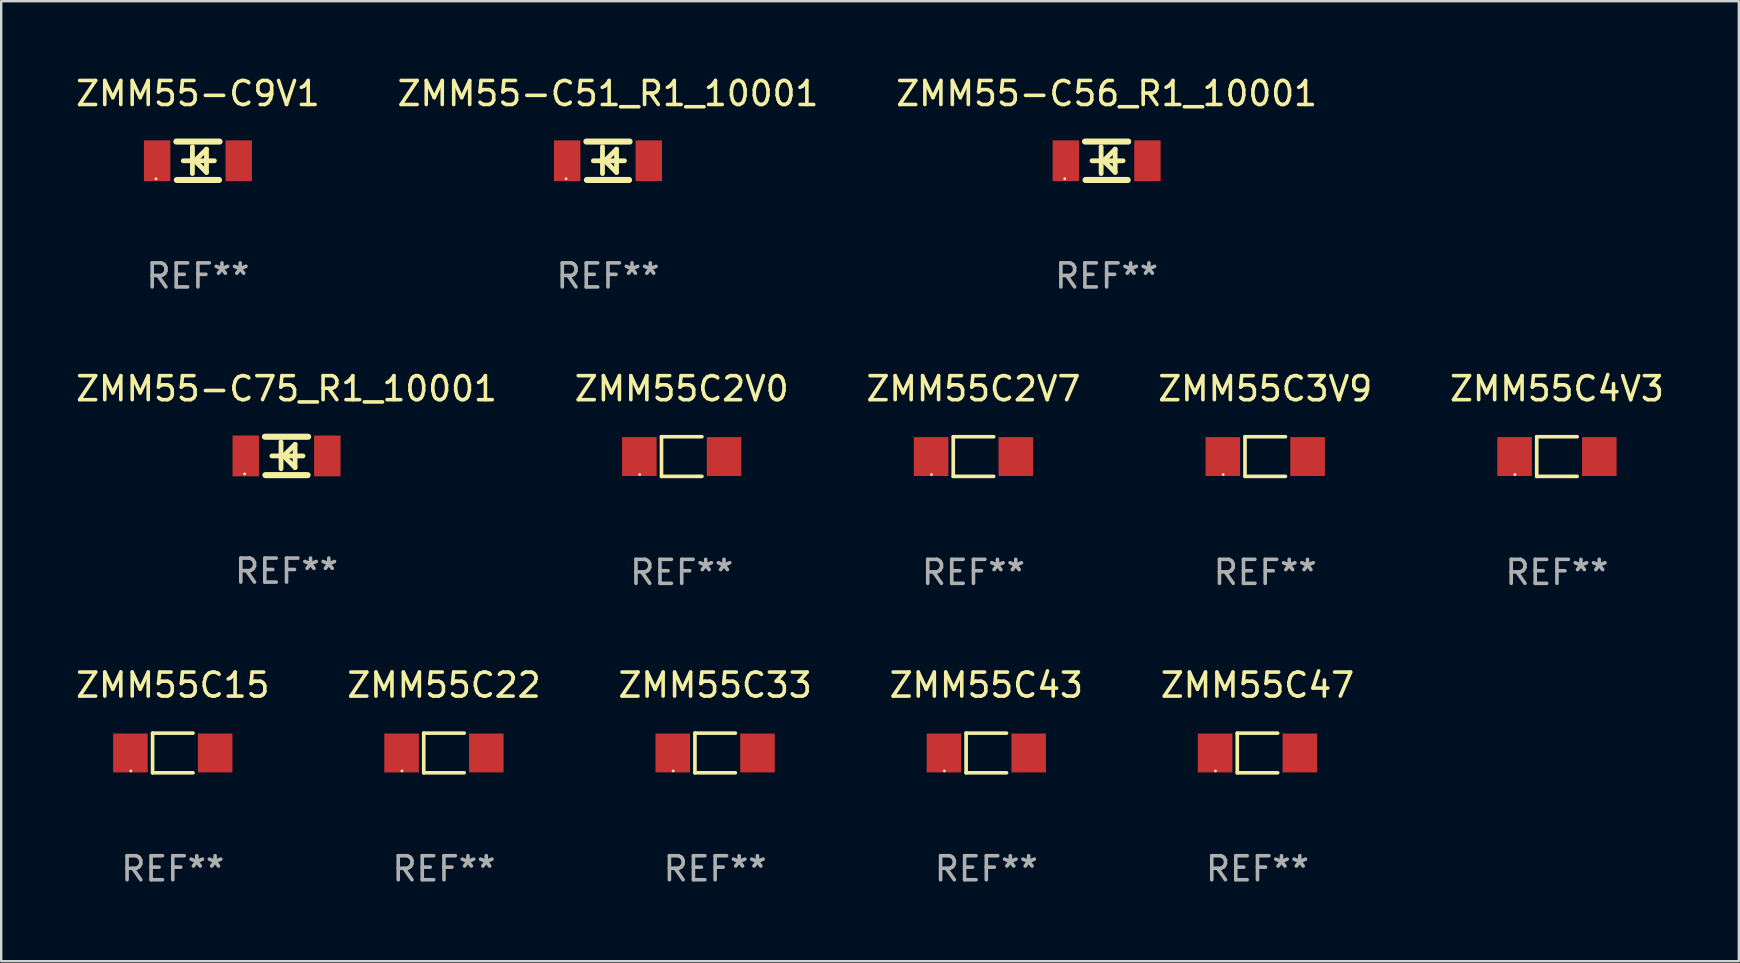
<source format=kicad_pcb>
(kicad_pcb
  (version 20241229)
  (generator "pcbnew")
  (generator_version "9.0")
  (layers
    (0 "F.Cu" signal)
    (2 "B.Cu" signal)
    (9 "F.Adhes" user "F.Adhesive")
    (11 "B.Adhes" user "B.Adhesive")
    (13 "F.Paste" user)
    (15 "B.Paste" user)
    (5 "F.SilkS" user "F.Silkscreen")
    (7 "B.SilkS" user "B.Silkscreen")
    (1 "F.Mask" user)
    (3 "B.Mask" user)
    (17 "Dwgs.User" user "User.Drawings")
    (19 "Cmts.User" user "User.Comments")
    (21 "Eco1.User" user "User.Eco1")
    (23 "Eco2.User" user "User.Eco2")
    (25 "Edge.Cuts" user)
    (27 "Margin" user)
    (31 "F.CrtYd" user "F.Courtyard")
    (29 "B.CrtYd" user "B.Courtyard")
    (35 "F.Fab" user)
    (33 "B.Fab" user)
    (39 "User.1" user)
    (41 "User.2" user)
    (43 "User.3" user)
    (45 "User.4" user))
  (footprint "ZMM55C15"
    (layer "F.Cu")
    (at 4.149 28.32)
    (property "Reference" "ZMM55C15" (at 0 -2.826 0) (layer "F.SilkS") (effects (font (size 1 1) (thickness 0.15))))
    (attr through_hole)
    (fp_line (start -0.842 -0.826) (end -0.842 0.826) (stroke (width 0.152) (type solid)) (layer "F.SilkS"))
    (fp_line (start -0.842 -0.826) (end 0.842 -0.826) (stroke (width 0.152) (type solid)) (layer "F.SilkS"))
    (fp_line (start -0.842 0.826) (end 0.842 0.826) (stroke (width 0.152) (type solid)) (layer "F.SilkS"))
    (fp_circle (center -1.75 0.75) (end -1.72 0.75) (stroke (width 0.06) (type solid)) (fill no) (layer "F.SilkS"))
    (fp_text user "REF**" (at 0 4.826 0) (layer "F.Fab") (effects (font (size 1 1) (thickness 0.15))))
    (pad "1" smd rect (at -1.765 0) (size 1.44 1.62) (layers "F.Cu" "F.Mask" "F.Paste"))
    (pad "2" smd rect (at 1.765 0) (size 1.44 1.62) (layers "F.Cu" "F.Mask" "F.Paste")))
  (footprint "ZMM55C47"
    (layer "F.Cu")
    (at 49.339 28.32)
    (property "Reference" "ZMM55C47" (at 0 -2.826 0) (layer "F.SilkS") (effects (font (size 1 1) (thickness 0.15))))
    (attr through_hole)
    (fp_line (start -0.842 -0.826) (end -0.842 0.826) (stroke (width 0.152) (type solid)) (layer "F.SilkS"))
    (fp_line (start -0.842 -0.826) (end 0.842 -0.826) (stroke (width 0.152) (type solid)) (layer "F.SilkS"))
    (fp_line (start -0.842 0.826) (end 0.842 0.826) (stroke (width 0.152) (type solid)) (layer "F.SilkS"))
    (fp_circle (center -1.75 0.75) (end -1.72 0.75) (stroke (width 0.06) (type solid)) (fill no) (layer "F.SilkS"))
    (fp_text user "REF**" (at 0 4.826 0) (layer "F.Fab") (effects (font (size 1 1) (thickness 0.15))))
    (pad "1" smd rect (at -1.765 0) (size 1.44 1.62) (layers "F.Cu" "F.Mask" "F.Paste"))
    (pad "2" smd rect (at 1.765 0) (size 1.44 1.62) (layers "F.Cu" "F.Mask" "F.Paste")))
  (footprint "ZMM55C33"
    (layer "F.Cu")
    (at 26.744 28.32)
    (property "Reference" "ZMM55C33" (at 0 -2.826 0) (layer "F.SilkS") (effects (font (size 1 1) (thickness 0.15))))
    (attr through_hole)
    (fp_line (start -0.842 -0.826) (end -0.842 0.826) (stroke (width 0.152) (type solid)) (layer "F.SilkS"))
    (fp_line (start -0.842 -0.826) (end 0.842 -0.826) (stroke (width 0.152) (type solid)) (layer "F.SilkS"))
    (fp_line (start -0.842 0.826) (end 0.842 0.826) (stroke (width 0.152) (type solid)) (layer "F.SilkS"))
    (fp_circle (center -1.75 0.75) (end -1.72 0.75) (stroke (width 0.06) (type solid)) (fill no) (layer "F.SilkS"))
    (fp_text user "REF**" (at 0 4.826 0) (layer "F.Fab") (effects (font (size 1 1) (thickness 0.15))))
    (pad "1" smd rect (at -1.765 0) (size 1.44 1.62) (layers "F.Cu" "F.Mask" "F.Paste"))
    (pad "2" smd rect (at 1.765 0) (size 1.44 1.62) (layers "F.Cu" "F.Mask" "F.Paste")))
  (footprint "ZMM55C22"
    (layer "F.Cu")
    (at 15.446 28.32)
    (property "Reference" "ZMM55C22" (at 0 -2.826 0) (layer "F.SilkS") (effects (font (size 1 1) (thickness 0.15))))
    (attr through_hole)
    (fp_line (start -0.842 -0.826) (end -0.842 0.826) (stroke (width 0.152) (type solid)) (layer "F.SilkS"))
    (fp_line (start -0.842 -0.826) (end 0.842 -0.826) (stroke (width 0.152) (type solid)) (layer "F.SilkS"))
    (fp_line (start -0.842 0.826) (end 0.842 0.826) (stroke (width 0.152) (type solid)) (layer "F.SilkS"))
    (fp_circle (center -1.75 0.75) (end -1.72 0.75) (stroke (width 0.06) (type solid)) (fill no) (layer "F.SilkS"))
    (fp_text user "REF**" (at 0 4.826 0) (layer "F.Fab") (effects (font (size 1 1) (thickness 0.15))))
    (pad "1" smd rect (at -1.765 0) (size 1.44 1.62) (layers "F.Cu" "F.Mask" "F.Paste"))
    (pad "2" smd rect (at 1.765 0) (size 1.44 1.62) (layers "F.Cu" "F.Mask" "F.Paste")))
  (footprint "ZMM55C2V7"
    (layer "F.Cu")
    (at 37.506 15.971)
    (property "Reference" "ZMM55C2V7" (at 0 -2.826 0) (layer "F.SilkS") (effects (font (size 1 1) (thickness 0.15))))
    (attr through_hole)
    (fp_line (start -0.842 -0.826) (end -0.842 0.826) (stroke (width 0.152) (type solid)) (layer "F.SilkS"))
    (fp_line (start -0.842 -0.826) (end 0.842 -0.826) (stroke (width 0.152) (type solid)) (layer "F.SilkS"))
    (fp_line (start -0.842 0.826) (end 0.842 0.826) (stroke (width 0.152) (type solid)) (layer "F.SilkS"))
    (fp_circle (center -1.75 0.75) (end -1.72 0.75) (stroke (width 0.06) (type solid)) (fill no) (layer "F.SilkS"))
    (fp_text user "REF**" (at 0 4.826 0) (layer "F.Fab") (effects (font (size 1 1) (thickness 0.15))))
    (pad "1" smd rect (at -1.765 0) (size 1.44 1.62) (layers "F.Cu" "F.Mask" "F.Paste"))
    (pad "2" smd rect (at 1.765 0) (size 1.44 1.62) (layers "F.Cu" "F.Mask" "F.Paste")))
  (footprint "ZMM55C4V3"
    (layer "F.Cu")
    (at 61.815 15.971)
    (property "Reference" "ZMM55C4V3" (at 0 -2.826 0) (layer "F.SilkS") (effects (font (size 1 1) (thickness 0.15))))
    (attr through_hole)
    (fp_line (start -0.842 -0.826) (end -0.842 0.826) (stroke (width 0.152) (type solid)) (layer "F.SilkS"))
    (fp_line (start -0.842 -0.826) (end 0.842 -0.826) (stroke (width 0.152) (type solid)) (layer "F.SilkS"))
    (fp_line (start -0.842 0.826) (end 0.842 0.826) (stroke (width 0.152) (type solid)) (layer "F.SilkS"))
    (fp_circle (center -1.75 0.75) (end -1.72 0.75) (stroke (width 0.06) (type solid)) (fill no) (layer "F.SilkS"))
    (fp_text user "REF**" (at 0 4.826 0) (layer "F.Fab") (effects (font (size 1 1) (thickness 0.15))))
    (pad "1" smd rect (at -1.765 0) (size 1.44 1.62) (layers "F.Cu" "F.Mask" "F.Paste"))
    (pad "2" smd rect (at 1.765 0) (size 1.44 1.62) (layers "F.Cu" "F.Mask" "F.Paste")))
  (footprint "ZMM55C43"
    (layer "F.Cu")
    (at 38.042 28.32)
    (property "Reference" "ZMM55C43" (at 0 -2.826 0) (layer "F.SilkS") (effects (font (size 1 1) (thickness 0.15))))
    (attr through_hole)
    (fp_line (start -0.842 -0.826) (end -0.842 0.826) (stroke (width 0.152) (type solid)) (layer "F.SilkS"))
    (fp_line (start -0.842 -0.826) (end 0.842 -0.826) (stroke (width 0.152) (type solid)) (layer "F.SilkS"))
    (fp_line (start -0.842 0.826) (end 0.842 0.826) (stroke (width 0.152) (type solid)) (layer "F.SilkS"))
    (fp_circle (center -1.75 0.75) (end -1.72 0.75) (stroke (width 0.06) (type solid)) (fill no) (layer "F.SilkS"))
    (fp_text user "REF**" (at 0 4.826 0) (layer "F.Fab") (effects (font (size 1 1) (thickness 0.15))))
    (pad "1" smd rect (at -1.765 0) (size 1.44 1.62) (layers "F.Cu" "F.Mask" "F.Paste"))
    (pad "2" smd rect (at 1.765 0) (size 1.44 1.62) (layers "F.Cu" "F.Mask" "F.Paste")))
  (footprint "ZMM55-C51_R1_10001"
    (layer "F.Cu")
    (at 22.28 3.648)
    (property "Reference" "ZMM55-C51_R1_10001" (at 0 -2.8 0) (layer "F.SilkS") (effects (font (size 1 1) (thickness 0.15))))
    (attr through_hole)
    (fp_line (start -0.9 -0.8) (end 0.9 -0.8) (stroke (width 0.254) (type solid)) (layer "F.SilkS"))
    (fp_line (start -0.878 0.8) (end 0.878 0.8) (stroke (width 0.254) (type solid)) (layer "F.SilkS"))
    (fp_line (start -0.61 0) (end 0.686 0) (stroke (width 0.2) (type solid)) (layer "F.SilkS"))
    (fp_line (start -0.229 -0.584) (end -0.229 0.533) (stroke (width 0.2) (type solid)) (layer "F.SilkS"))
    (fp_line (start -0.127 0) (end 0.356 -0.483) (stroke (width 0.2) (type solid)) (layer "F.SilkS"))
    (fp_line (start 0.356 -0.483) (end 0.356 0.483) (stroke (width 0.2) (type solid)) (layer "F.SilkS"))
    (fp_line (start 0.356 0.483) (end -0.102 0.025) (stroke (width 0.2) (type solid)) (layer "F.SilkS"))
    (fp_circle (center -1.746 0.75) (end -1.716 0.75) (stroke (width 0.06) (type solid)) (fill no) (layer "F.SilkS"))
    (fp_text user "REF**" (at 0 4.8 0) (layer "F.Fab") (effects (font (size 1 1) (thickness 0.15))))
    (pad "1" smd rect (at -1.7 0 180) (size 1.1 1.7) (layers "F.Cu" "F.Mask" "F.Paste"))
    (pad "2" smd rect (at 1.7 0 180) (size 1.1 1.7) (layers "F.Cu" "F.Mask" "F.Paste")))
  (footprint "ZMM55C2V0"
    (layer "F.Cu")
    (at 25.351 15.971)
    (property "Reference" "ZMM55C2V0" (at 0 -2.826 0) (layer "F.SilkS") (effects (font (size 1 1) (thickness 0.15))))
    (attr through_hole)
    (fp_line (start -0.842 -0.826) (end -0.842 0.826) (stroke (width 0.152) (type solid)) (layer "F.SilkS"))
    (fp_line (start -0.842 -0.826) (end 0.842 -0.826) (stroke (width 0.152) (type solid)) (layer "F.SilkS"))
    (fp_line (start -0.842 0.826) (end 0.842 0.826) (stroke (width 0.152) (type solid)) (layer "F.SilkS"))
    (fp_circle (center -1.75 0.75) (end -1.72 0.75) (stroke (width 0.06) (type solid)) (fill no) (layer "F.SilkS"))
    (fp_text user "REF**" (at 0 4.826 0) (layer "F.Fab") (effects (font (size 1 1) (thickness 0.15))))
    (pad "1" smd rect (at -1.765 0) (size 1.44 1.62) (layers "F.Cu" "F.Mask" "F.Paste"))
    (pad "2" smd rect (at 1.765 0) (size 1.44 1.62) (layers "F.Cu" "F.Mask" "F.Paste")))
  (footprint "ZMM55-C56_R1_10001"
    (layer "F.Cu")
    (at 43.054 3.648)
    (property "Reference" "ZMM55-C56_R1_10001" (at 0 -2.8 0) (layer "F.SilkS") (effects (font (size 1 1) (thickness 0.15))))
    (attr through_hole)
    (fp_line (start -0.9 -0.8) (end 0.9 -0.8) (stroke (width 0.254) (type solid)) (layer "F.SilkS"))
    (fp_line (start -0.878 0.8) (end 0.878 0.8) (stroke (width 0.254) (type solid)) (layer "F.SilkS"))
    (fp_line (start -0.61 0) (end 0.686 0) (stroke (width 0.2) (type solid)) (layer "F.SilkS"))
    (fp_line (start -0.229 -0.584) (end -0.229 0.533) (stroke (width 0.2) (type solid)) (layer "F.SilkS"))
    (fp_line (start -0.127 0) (end 0.356 -0.483) (stroke (width 0.2) (type solid)) (layer "F.SilkS"))
    (fp_line (start 0.356 -0.483) (end 0.356 0.483) (stroke (width 0.2) (type solid)) (layer "F.SilkS"))
    (fp_line (start 0.356 0.483) (end -0.102 0.025) (stroke (width 0.2) (type solid)) (layer "F.SilkS"))
    (fp_circle (center -1.746 0.75) (end -1.716 0.75) (stroke (width 0.06) (type solid)) (fill no) (layer "F.SilkS"))
    (fp_text user "REF**" (at 0 4.8 0) (layer "F.Fab") (effects (font (size 1 1) (thickness 0.15))))
    (pad "1" smd rect (at -1.7 0 180) (size 1.1 1.7) (layers "F.Cu" "F.Mask" "F.Paste"))
    (pad "2" smd rect (at 1.7 0 180) (size 1.1 1.7) (layers "F.Cu" "F.Mask" "F.Paste")))
  (footprint "ZMM55-C9V1"
    (layer "F.Cu")
    (at 5.196 3.648)
    (property "Reference" "ZMM55-C9V1" (at 0 -2.8 0) (layer "F.SilkS") (effects (font (size 1 1) (thickness 0.15))))
    (attr through_hole)
    (fp_line (start -0.9 -0.8) (end 0.9 -0.8) (stroke (width 0.254) (type solid)) (layer "F.SilkS"))
    (fp_line (start -0.878 0.8) (end 0.878 0.8) (stroke (width 0.254) (type solid)) (layer "F.SilkS"))
    (fp_line (start -0.61 0) (end 0.686 0) (stroke (width 0.2) (type solid)) (layer "F.SilkS"))
    (fp_line (start -0.229 -0.584) (end -0.229 0.533) (stroke (width 0.2) (type solid)) (layer "F.SilkS"))
    (fp_line (start -0.127 0) (end 0.356 -0.483) (stroke (width 0.2) (type solid)) (layer "F.SilkS"))
    (fp_line (start 0.356 -0.483) (end 0.356 0.483) (stroke (width 0.2) (type solid)) (layer "F.SilkS"))
    (fp_line (start 0.356 0.483) (end -0.102 0.025) (stroke (width 0.2) (type solid)) (layer "F.SilkS"))
    (fp_circle (center -1.746 0.75) (end -1.716 0.75) (stroke (width 0.06) (type solid)) (fill no) (layer "F.SilkS"))
    (fp_text user "REF**" (at 0 4.8 0) (layer "F.Fab") (effects (font (size 1 1) (thickness 0.15))))
    (pad "1" smd rect (at -1.7 0 180) (size 1.1 1.7) (layers "F.Cu" "F.Mask" "F.Paste"))
    (pad "2" smd rect (at 1.7 0 180) (size 1.1 1.7) (layers "F.Cu" "F.Mask" "F.Paste")))
  (footprint "ZMM55C3V9"
    (layer "F.Cu")
    (at 49.661 15.971)
    (property "Reference" "ZMM55C3V9" (at 0 -2.826 0) (layer "F.SilkS") (effects (font (size 1 1) (thickness 0.15))))
    (attr through_hole)
    (fp_line (start -0.842 -0.826) (end -0.842 0.826) (stroke (width 0.152) (type solid)) (layer "F.SilkS"))
    (fp_line (start -0.842 -0.826) (end 0.842 -0.826) (stroke (width 0.152) (type solid)) (layer "F.SilkS"))
    (fp_line (start -0.842 0.826) (end 0.842 0.826) (stroke (width 0.152) (type solid)) (layer "F.SilkS"))
    (fp_circle (center -1.75 0.75) (end -1.72 0.75) (stroke (width 0.06) (type solid)) (fill no) (layer "F.SilkS"))
    (fp_text user "REF**" (at 0 4.826 0) (layer "F.Fab") (effects (font (size 1 1) (thickness 0.15))))
    (pad "1" smd rect (at -1.765 0) (size 1.44 1.62) (layers "F.Cu" "F.Mask" "F.Paste"))
    (pad "2" smd rect (at 1.765 0) (size 1.44 1.62) (layers "F.Cu" "F.Mask" "F.Paste")))
  (footprint "ZMM55-C75_R1_10001"
    (layer "F.Cu")
    (at 8.887 15.945)
    (property "Reference" "ZMM55-C75_R1_10001" (at 0 -2.8 0) (layer "F.SilkS") (effects (font (size 1 1) (thickness 0.15))))
    (attr through_hole)
    (fp_line (start -0.9 -0.8) (end 0.9 -0.8) (stroke (width 0.254) (type solid)) (layer "F.SilkS"))
    (fp_line (start -0.878 0.8) (end 0.878 0.8) (stroke (width 0.254) (type solid)) (layer "F.SilkS"))
    (fp_line (start -0.61 0) (end 0.686 0) (stroke (width 0.2) (type solid)) (layer "F.SilkS"))
    (fp_line (start -0.229 -0.584) (end -0.229 0.533) (stroke (width 0.2) (type solid)) (layer "F.SilkS"))
    (fp_line (start -0.127 0) (end 0.356 -0.483) (stroke (width 0.2) (type solid)) (layer "F.SilkS"))
    (fp_line (start 0.356 -0.483) (end 0.356 0.483) (stroke (width 0.2) (type solid)) (layer "F.SilkS"))
    (fp_line (start 0.356 0.483) (end -0.102 0.025) (stroke (width 0.2) (type solid)) (layer "F.SilkS"))
    (fp_circle (center -1.746 0.75) (end -1.716 0.75) (stroke (width 0.06) (type solid)) (fill no) (layer "F.SilkS"))
    (fp_text user "REF**" (at 0 4.8 0) (layer "F.Fab") (effects (font (size 1 1) (thickness 0.15))))
    (pad "1" smd rect (at -1.7 0 180) (size 1.1 1.7) (layers "F.Cu" "F.Mask" "F.Paste"))
    (pad "2" smd rect (at 1.7 0 180) (size 1.1 1.7) (layers "F.Cu" "F.Mask" "F.Paste")))
  (gr_rect
    (start -3 -3)
    (end 69.393 36.994)
    (stroke (width 0.1) (type default))
    (fill no)
    (layer "Edge.Cuts")))
</source>
